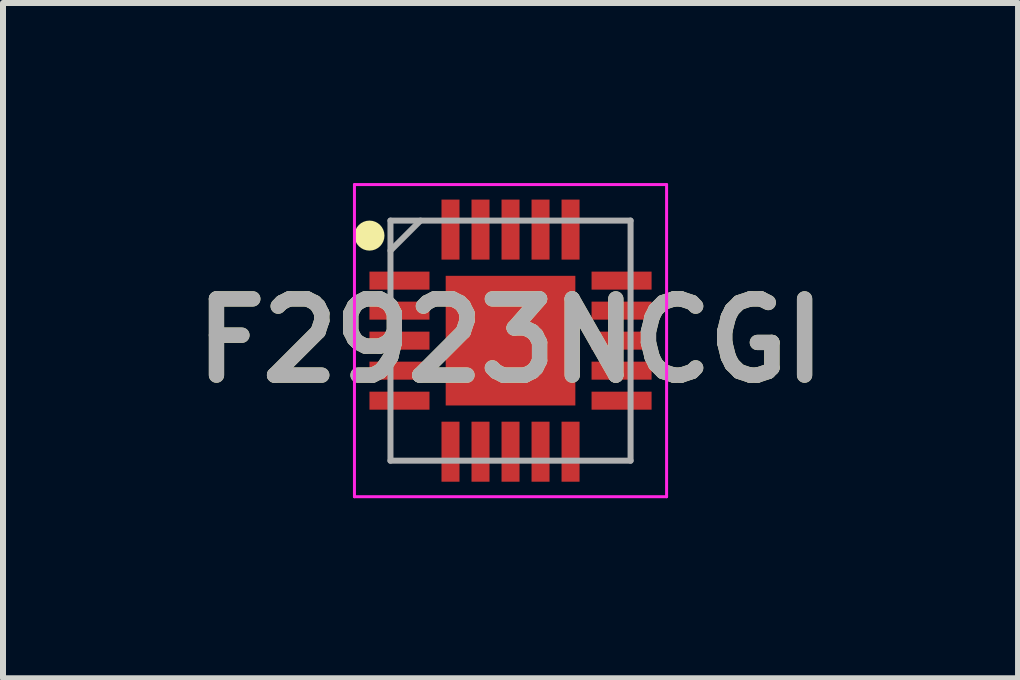
<source format=kicad_pcb>
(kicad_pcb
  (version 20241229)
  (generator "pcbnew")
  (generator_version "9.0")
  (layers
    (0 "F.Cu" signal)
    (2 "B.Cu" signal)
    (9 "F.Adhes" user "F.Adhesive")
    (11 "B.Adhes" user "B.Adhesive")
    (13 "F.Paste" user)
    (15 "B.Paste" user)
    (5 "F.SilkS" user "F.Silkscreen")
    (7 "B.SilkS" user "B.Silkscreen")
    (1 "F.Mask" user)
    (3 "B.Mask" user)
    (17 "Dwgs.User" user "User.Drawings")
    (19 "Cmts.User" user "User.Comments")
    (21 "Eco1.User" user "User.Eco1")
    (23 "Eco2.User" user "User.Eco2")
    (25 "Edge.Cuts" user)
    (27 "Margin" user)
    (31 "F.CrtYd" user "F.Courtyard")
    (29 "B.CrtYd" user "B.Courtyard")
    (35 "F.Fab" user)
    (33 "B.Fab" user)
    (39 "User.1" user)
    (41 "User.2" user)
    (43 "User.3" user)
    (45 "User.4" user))
  (footprint "F2923NCGI"
    (layer "F.Cu")
    (at 5.455 2.625)
    (property "Reference" "F2923NCGI" (at 0 0 0) (layer "F.SilkS") (effects (font (size 1.27 1.27) (thickness 0.254))))
    (attr smd)
    (fp_circle (center -2.35 -1.75) (end -2.35 -1.625) (stroke (width 0.25) (type solid)) (fill no) (layer "F.SilkS"))
    (fp_line (start -2.6 -2.6) (end 2.6 -2.6) (stroke (width 0.05) (type solid)) (layer "F.CrtYd"))
    (fp_line (start -2.6 2.6) (end -2.6 -2.6) (stroke (width 0.05) (type solid)) (layer "F.CrtYd"))
    (fp_line (start 2.6 -2.6) (end 2.6 2.6) (stroke (width 0.05) (type solid)) (layer "F.CrtYd"))
    (fp_line (start 2.6 2.6) (end -2.6 2.6) (stroke (width 0.05) (type solid)) (layer "F.CrtYd"))
    (fp_line (start -2 -2) (end 2 -2) (stroke (width 0.1) (type solid)) (layer "F.Fab"))
    (fp_line (start -2 -1.5) (end -1.5 -2) (stroke (width 0.1) (type solid)) (layer "F.Fab"))
    (fp_line (start -2 2) (end -2 -2) (stroke (width 0.1) (type solid)) (layer "F.Fab"))
    (fp_line (start 2 -2) (end 2 2) (stroke (width 0.1) (type solid)) (layer "F.Fab"))
    (fp_line (start 2 2) (end -2 2) (stroke (width 0.1) (type solid)) (layer "F.Fab"))
    (fp_text user "${REFERENCE}" (at 0 0 0) (layer "F.Fab") (effects (font (size 1.27 1.27) (thickness 0.254))))
    (pad "1" smd rect (at -1.85 -1 90) (size 0.3 1) (layers "F.Cu" "F.Mask" "F.Paste"))
    (pad "2" smd rect (at -1.85 -0.5 90) (size 0.3 1) (layers "F.Cu" "F.Mask" "F.Paste"))
    (pad "3" smd rect (at -1.85 0 90) (size 0.3 1) (layers "F.Cu" "F.Mask" "F.Paste"))
    (pad "4" smd rect (at -1.85 0.5 90) (size 0.3 1) (layers "F.Cu" "F.Mask" "F.Paste"))
    (pad "5" smd rect (at -1.85 1 90) (size 0.3 1) (layers "F.Cu" "F.Mask" "F.Paste"))
    (pad "6" smd rect (at -1 1.85) (size 0.3 1) (layers "F.Cu" "F.Mask" "F.Paste"))
    (pad "7" smd rect (at -0.5 1.85) (size 0.3 1) (layers "F.Cu" "F.Mask" "F.Paste"))
    (pad "8" smd rect (at 0 1.85) (size 0.3 1) (layers "F.Cu" "F.Mask" "F.Paste"))
    (pad "9" smd rect (at 0.5 1.85) (size 0.3 1) (layers "F.Cu" "F.Mask" "F.Paste"))
    (pad "10" smd rect (at 1 1.85) (size 0.3 1) (layers "F.Cu" "F.Mask" "F.Paste"))
    (pad "11" smd rect (at 1.85 1 90) (size 0.3 1) (layers "F.Cu" "F.Mask" "F.Paste"))
    (pad "12" smd rect (at 1.85 0.5 90) (size 0.3 1) (layers "F.Cu" "F.Mask" "F.Paste"))
    (pad "13" smd rect (at 1.85 0 90) (size 0.3 1) (layers "F.Cu" "F.Mask" "F.Paste"))
    (pad "14" smd rect (at 1.85 -0.5 90) (size 0.3 1) (layers "F.Cu" "F.Mask" "F.Paste"))
    (pad "15" smd rect (at 1.85 -1 90) (size 0.3 1) (layers "F.Cu" "F.Mask" "F.Paste"))
    (pad "16" smd rect (at 1 -1.85) (size 0.3 1) (layers "F.Cu" "F.Mask" "F.Paste"))
    (pad "17" smd rect (at 0.5 -1.85) (size 0.3 1) (layers "F.Cu" "F.Mask" "F.Paste"))
    (pad "18" smd rect (at 0 -1.85) (size 0.3 1) (layers "F.Cu" "F.Mask" "F.Paste"))
    (pad "19" smd rect (at -0.5 -1.85) (size 0.3 1) (layers "F.Cu" "F.Mask" "F.Paste"))
    (pad "20" smd rect (at -1 -1.85) (size 0.3 1) (layers "F.Cu" "F.Mask" "F.Paste"))
    (pad "21" smd rect (at 0 0) (size 2.16 2.16) (layers "F.Cu" "F.Mask" "F.Paste")))
  (gr_rect
    (start -3 -3)
    (end 13.91 8.25)
    (stroke (width 0.1) (type default))
    (fill no)
    (layer "Edge.Cuts")))
</source>
